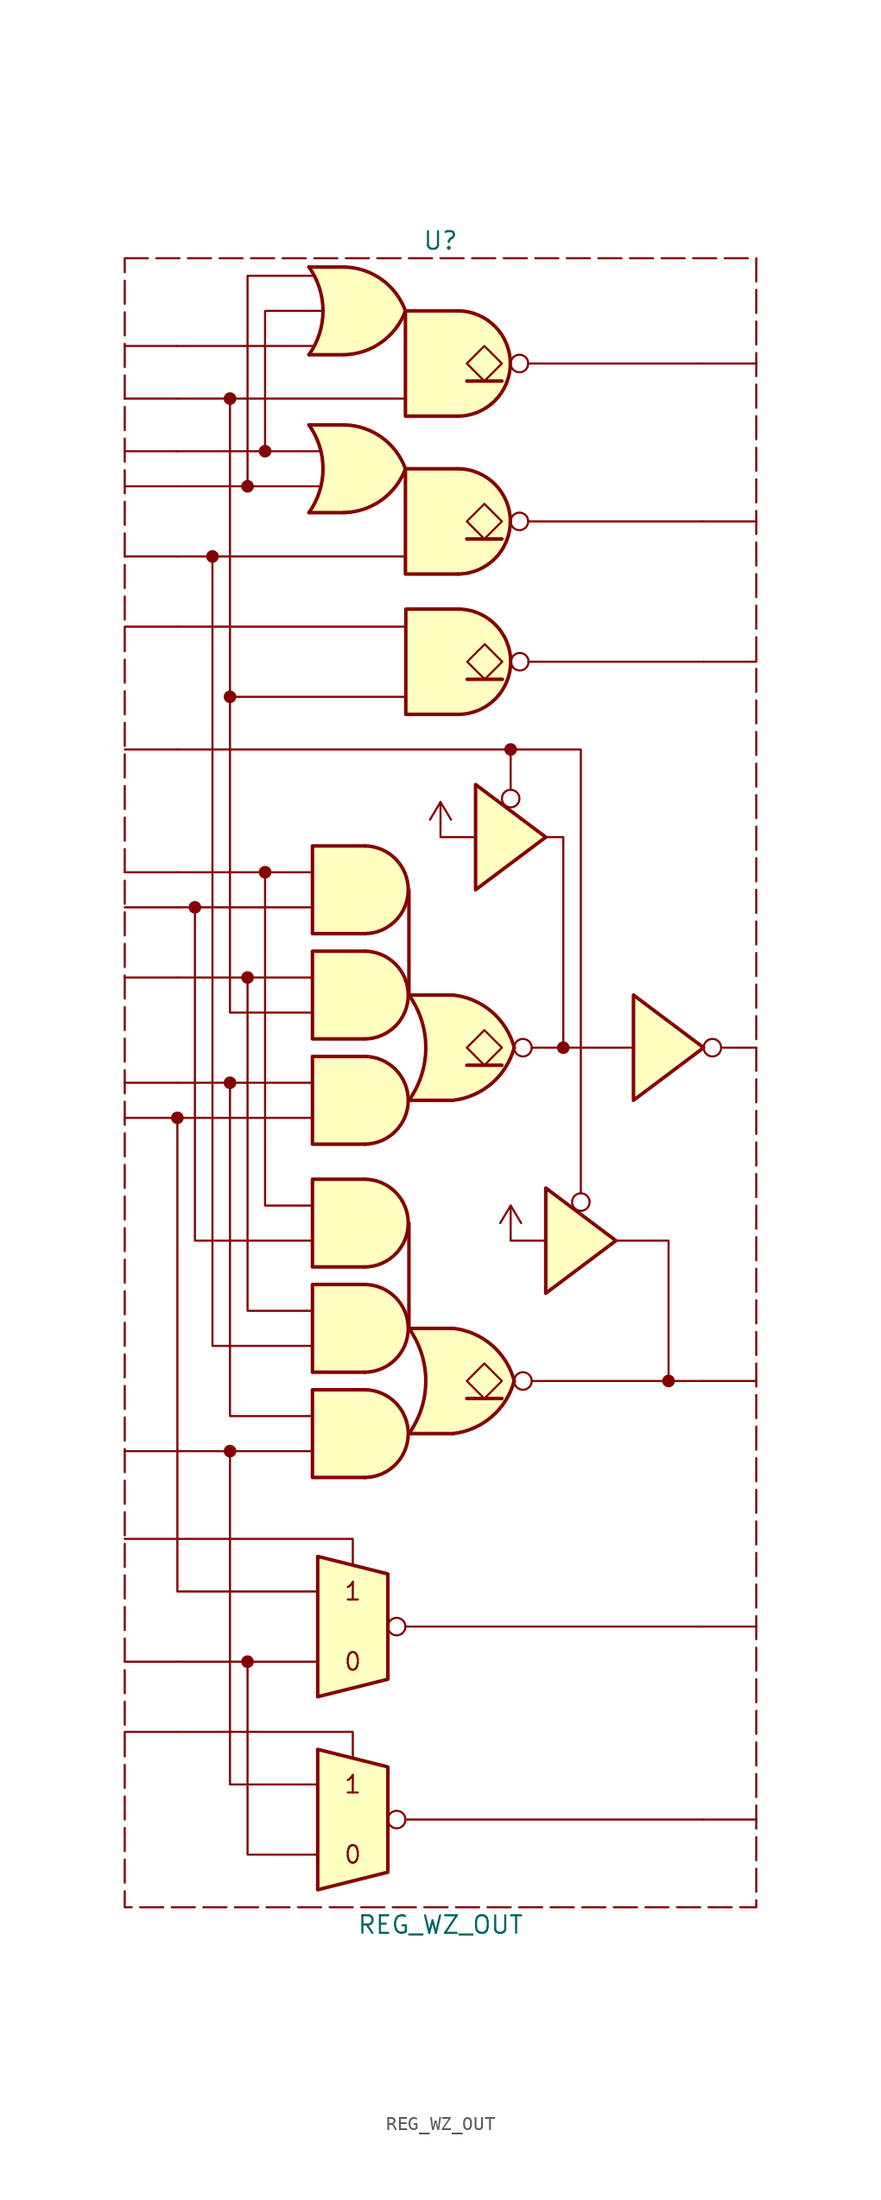
<source format=kicad_sym>
(kicad_symbol_lib
  (version 20231120)
  (generator "kicad_symbol_editor")
  (generator_version "8.0")
  (symbol "REG_WZ_OUT"
    (pin_numbers hide)
    (pin_names hide)
    (property "Reference" "U"
      (at 0 60.96 0)
      (effects (font (size 1.27 1.27))))
    (property "Value" "REG_WZ_OUT"
      (at 0 -60.96 0)
      (effects (font (size 1.27 1.27))))
    (symbol "REG_WZ_OUT_0_0"
      (text "0" (at -6.35 -55.88 0) (effects (font (size 1.27 1.27))))
      (text "0" (at -6.35 -41.91 0) (effects (font (size 1.27 1.27))))
      (text "1" (at -6.35 -50.8 0) (effects (font (size 1.27 1.27))))
      (text "1" (at -6.35 -36.83 0) (effects (font (size 1.27 1.27)))))
    (symbol "REG_WZ_OUT_0_1"
      (polyline (pts (xy -19.05 -41.91) (xy -13.97 -41.91)) (stroke (width 0) (type default)) (fill (type none)))
      (polyline (pts (xy -19.05 -26.67) (xy -15.24 -26.67)) (stroke (width 0) (type default)) (fill (type none)))
      (polyline (pts (xy -19.05 0) (xy -15.24 0)) (stroke (width 0) (type default)) (fill (type none)))
      (polyline (pts (xy -19.05 7.62) (xy -13.97 7.62)) (stroke (width 0) (type default)) (fill (type none)))
      (polyline (pts (xy -19.05 12.7) (xy -17.78 12.7)) (stroke (width 0) (type default)) (fill (type none)))
      (polyline (pts (xy -19.05 15.24) (xy -12.7 15.24)) (stroke (width 0) (type default)) (fill (type none)))
      (polyline (pts (xy -19.05 24.13) (xy 5.08 24.13)) (stroke (width 0) (type default)) (fill (type none)))
      (polyline (pts (xy -19.05 33.02) (xy -2.54 33.02)) (stroke (width 0) (type default)) (fill (type none)))
      (polyline (pts (xy -19.05 38.1) (xy -16.51 38.1)) (stroke (width 0) (type default)) (fill (type none)))
      (polyline (pts (xy -19.05 43.18) (xy -13.97 43.18)) (stroke (width 0) (type default)) (fill (type none)))
      (polyline (pts (xy -19.05 45.72) (xy -12.7 45.72)) (stroke (width 0) (type default)) (fill (type none)))
      (polyline (pts (xy -19.05 49.53) (xy -15.24 49.53)) (stroke (width 0) (type default)) (fill (type none)))
      (polyline (pts (xy -19.05 53.34) (xy -9.144 53.34)) (stroke (width 0) (type default)) (fill (type none)))
      (polyline (pts (xy 6.604 2.54) (xy 13.97 2.54)) (stroke (width 0) (type default)) (fill (type none)))
      (polyline (pts (xy 16.51 -21.59) (xy 19.05 -21.59)) (stroke (width 0) (type default)) (fill (type none)))
      (polyline (pts (xy 19.05 -53.34) (xy -2.54 -53.34)) (stroke (width 0) (type default)) (fill (type none)))
      (polyline (pts (xy 19.05 -39.37) (xy -2.54 -39.37)) (stroke (width 0) (type default)) (fill (type none)))
      (polyline (pts (xy 19.05 30.48) (xy 6.35 30.48)) (stroke (width 0) (type default)) (fill (type none)))
      (polyline (pts (xy 19.05 40.64) (xy 6.35 40.64)) (stroke (width 0) (type default)) (fill (type none)))
      (polyline (pts (xy 19.05 52.07) (xy 6.35 52.07)) (stroke (width 0) (type default)) (fill (type none)))
      (polyline (pts (xy -19.05 -46.99) (xy -6.35 -46.99) (xy -6.35 -48.895)) (stroke (width 0) (type default)) (fill (type none)))
      (polyline (pts (xy -19.05 -33.02) (xy -6.35 -33.02) (xy -6.35 -34.925)) (stroke (width 0) (type default)) (fill (type none)))
      (polyline (pts (xy -15.24 27.94) (xy -15.24 5.08) (xy -9.271 5.08)) (stroke (width 0) (type default)) (fill (type none)))
      (polyline (pts (xy -0.762 19.05) (xy 0 20.32) (xy 0.762 19.05)) (stroke (width 0) (type default)) (fill (type none)))
      (polyline (pts (xy 2.54 17.78) (xy 0 17.78) (xy 0 20.32)) (stroke (width 0) (type default)) (fill (type none)))
      (polyline (pts (xy 4.318 -10.16) (xy 5.08 -8.89) (xy 5.842 -10.16)) (stroke (width 0) (type default)) (fill (type none)))
      (polyline (pts (xy 7.62 -11.43) (xy 5.08 -11.43) (xy 5.08 -8.89)) (stroke (width 0) (type default)) (fill (type none)))
      (polyline (pts (xy 7.62 17.78) (xy 8.89 17.78) (xy 8.89 2.54)) (stroke (width 0) (type default)) (fill (type none)))
      (polyline (pts (xy -9.271 -26.67) (xy -15.24 -26.67) (xy -15.24 -50.8) (xy -8.89 -50.8)) (stroke (width 0) (type default)) (fill (type none)))
      (polyline (pts (xy -9.271 -2.54) (xy -19.05 -2.54) (xy -19.05 -36.83) (xy -8.89 -36.83)) (stroke (width 0) (type default)) (fill (type none)))
      (polyline (pts (xy -9.271 0) (xy -15.24 0) (xy -15.24 -24.13) (xy -9.271 -24.13)) (stroke (width 0) (type default)) (fill (type none)))
      (polyline (pts (xy -9.271 7.62) (xy -13.97 7.62) (xy -13.97 -16.51) (xy -9.271 -16.51)) (stroke (width 0) (type default)) (fill (type none)))
      (polyline (pts (xy -9.271 12.7) (xy -17.78 12.7) (xy -17.78 -11.43) (xy -9.271 -11.43)) (stroke (width 0) (type default)) (fill (type none)))
      (polyline (pts (xy -9.271 15.24) (xy -12.7 15.24) (xy -12.7 -8.89) (xy -9.271 -8.89)) (stroke (width 0) (type default)) (fill (type none)))
      (polyline (pts (xy -9.144 58.42) (xy -13.97 58.42) (xy -13.97 43.18) (xy -8.636 43.18)) (stroke (width 0) (type default)) (fill (type none)))
      (polyline (pts (xy -8.89 -41.91) (xy -13.97 -41.91) (xy -13.97 -55.88) (xy -8.89 -55.88)) (stroke (width 0) (type default)) (fill (type none)))
      (polyline (pts (xy -8.509 55.88) (xy -12.7 55.88) (xy -12.7 45.72) (xy -8.636 45.72)) (stroke (width 0) (type default)) (fill (type none)))
      (polyline (pts (xy -2.54 27.94) (xy -15.24 27.94) (xy -15.24 49.53) (xy -2.54 49.53)) (stroke (width 0) (type default)) (fill (type none)))
      (polyline (pts (xy -2.54 38.1) (xy -16.51 38.1) (xy -16.51 -19.05) (xy -9.271 -19.05)) (stroke (width 0) (type default)) (fill (type none)))
      (polyline (pts (xy 10.16 -8.001) (xy 10.16 24.13) (xy 5.08 24.13) (xy 5.08 21.209)) (stroke (width 0) (type default)) (fill (type none)))
      (polyline (pts (xy 12.7 -11.43) (xy 16.51 -11.43) (xy 16.51 -21.59) (xy 6.604 -21.59)) (stroke (width 0) (type default)) (fill (type none)))
      (polyline (pts (xy -8.89 -58.42) (xy -8.89 -48.26) (xy -3.81 -49.53) (xy -3.81 -57.15) (xy -8.89 -58.42)) (stroke (width 0.254) (type default)) (fill (type background)))
      (polyline (pts (xy -8.89 -44.45) (xy -8.89 -34.29) (xy -3.81 -35.56) (xy -3.81 -43.18) (xy -8.89 -44.45)) (stroke (width 0.254) (type default)) (fill (type background)))
      (circle (center 5.08 20.574) (radius 0.635) (stroke (width 0) (type default)) (fill (type none)))
      (circle (center 10.16 -8.636) (radius 0.635) (stroke (width 0) (type default)) (fill (type none))))
    (symbol "REG_WZ_OUT_1_0"
      (polyline (pts (xy 2.54 21.59) (xy 2.54 13.97) (xy 7.62 17.78) (xy 2.54 21.59)) (stroke (width 0.254) (type default)) (fill (type background)))
      (polyline (pts (xy 7.62 -7.62) (xy 7.62 -15.24) (xy 12.7 -11.43) (xy 7.62 -7.62)) (stroke (width 0.254) (type default)) (fill (type background)))
      (polyline (pts (xy 13.97 6.35) (xy 13.97 -1.27) (xy 19.05 2.54) (xy 13.97 6.35)) (stroke (width 0.254) (type default)) (fill (type background))))
    (symbol "REG_WZ_OUT_1_1"
      (rectangle (start -22.86 59.69) (end 22.86 -59.69) (stroke (width 0) (type dash)) (fill (type none)))
      (circle (center -19.05 -2.54) (radius 0.381) (stroke (width 0) (type default)) (fill (type outline)))
      (circle (center -17.78 12.7) (radius 0.381) (stroke (width 0) (type default)) (fill (type outline)))
      (circle (center -16.51 38.1) (radius 0.381) (stroke (width 0) (type default)) (fill (type outline)))
      (circle (center -15.24 -26.67) (radius 0.381) (stroke (width 0) (type default)) (fill (type outline)))
      (circle (center -15.24 0) (radius 0.381) (stroke (width 0) (type default)) (fill (type outline)))
      (circle (center -15.24 27.94) (radius 0.381) (stroke (width 0) (type default)) (fill (type outline)))
      (circle (center -15.24 49.53) (radius 0.381) (stroke (width 0) (type default)) (fill (type outline)))
      (circle (center -13.97 -41.91) (radius 0.381) (stroke (width 0) (type default)) (fill (type outline)))
      (circle (center -13.97 7.62) (radius 0.381) (stroke (width 0) (type default)) (fill (type outline)))
      (circle (center -13.97 43.18) (radius 0.381) (stroke (width 0) (type default)) (fill (type outline)))
      (circle (center -12.7 15.24) (radius 0.381) (stroke (width 0) (type default)) (fill (type outline)))
      (circle (center -12.7 45.72) (radius 0.381) (stroke (width 0) (type default)) (fill (type outline)))
      (arc (start -9.5241 41.275) (mid -8.5068 44.45) (end -9.5241 47.625) (stroke (width 0.254) (type default)) (fill (type none)))
      (arc (start -9.5241 52.705) (mid -8.5068 55.88) (end -9.5241 59.055) (stroke (width 0.254) (type default)) (fill (type none)))
      (arc (start -6.9841 41.275) (mid -4.274 42.1798) (end -2.5393 44.45) (stroke (width 0.254) (type default)) (fill (type background)))
      (arc (start -6.9841 52.705) (mid -4.274 53.6098) (end -2.5393 55.88) (stroke (width 0.254) (type default)) (fill (type background)))
      (arc (start -5.461 -28.575) (mid -2.336 -25.4) (end -5.461 -22.225) (stroke (width 0.254) (type default)) (fill (type background)))
      (arc (start -5.461 -20.955) (mid -2.336 -17.78) (end -5.461 -14.605) (stroke (width 0.254) (type default)) (fill (type background)))
      (arc (start -5.461 -13.335) (mid -2.336 -10.16) (end -5.461 -6.985) (stroke (width 0.254) (type default)) (fill (type background)))
      (arc (start -5.461 -4.445) (mid -2.336 -1.27) (end -5.461 1.905) (stroke (width 0.254) (type default)) (fill (type background)))
      (arc (start -5.461 3.175) (mid -2.336 6.35) (end -5.461 9.525) (stroke (width 0.254) (type default)) (fill (type background)))
      (arc (start -5.461 10.795) (mid -2.336 13.97) (end -5.461 17.145) (stroke (width 0.254) (type default)) (fill (type background)))
      (circle (center -3.175 -53.34) (radius 0.635) (stroke (width 0) (type default)) (fill (type none)))
      (circle (center -3.175 -39.37) (radius 0.635) (stroke (width 0) (type default)) (fill (type none)))
      (arc (start -2.5393 44.45) (mid -4.2679 46.7288) (end -6.9841 47.625) (stroke (width 0.254) (type default)) (fill (type background)))
      (arc (start -2.5393 55.88) (mid -4.2679 58.1588) (end -6.9841 59.055) (stroke (width 0.254) (type default)) (fill (type background)))
      (arc (start -2.2862 -25.4) (mid -1.0652 -21.59) (end -2.2862 -17.78) (stroke (width 0.254) (type default)) (fill (type none)))
      (arc (start -2.2862 -1.27) (mid -1.0652 2.54) (end -2.2862 6.35) (stroke (width 0.254) (type default)) (fill (type none)))
      (polyline (pts (xy -9.524 41.275) (xy -6.984 41.275)) (stroke (width 0.254) (type default)) (fill (type background)))
      (polyline (pts (xy -9.524 47.625) (xy -6.984 47.625)) (stroke (width 0.254) (type default)) (fill (type background)))
      (polyline (pts (xy -9.524 52.705) (xy -6.984 52.705)) (stroke (width 0.254) (type default)) (fill (type background)))
      (polyline (pts (xy -9.524 59.055) (xy -6.984 59.055)) (stroke (width 0.254) (type default)) (fill (type background)))
      (polyline (pts (xy -2.286 -25.4) (xy 0.889 -25.4)) (stroke (width 0.254) (type default)) (fill (type background)))
      (polyline (pts (xy -2.286 -17.78) (xy 0.889 -17.78)) (stroke (width 0.254) (type default)) (fill (type background)))
      (polyline (pts (xy -2.286 -10.16) (xy -2.286 -17.78)) (stroke (width 0.254) (type default)) (fill (type background)))
      (polyline (pts (xy -2.286 -1.27) (xy 0.889 -1.27)) (stroke (width 0.254) (type default)) (fill (type background)))
      (polyline (pts (xy -2.286 6.35) (xy 0.889 6.35)) (stroke (width 0.254) (type default)) (fill (type background)))
      (polyline (pts (xy -2.286 13.97) (xy -2.286 6.35)) (stroke (width 0.254) (type default)) (fill (type background)))
      (polyline (pts (xy 1.905 -22.86) (xy 4.445 -22.86)) (stroke (width 0.254) (type default)) (fill (type none)))
      (polyline (pts (xy 1.905 1.27) (xy 4.445 1.27)) (stroke (width 0.254) (type default)) (fill (type none)))
      (polyline (pts (xy 1.905 39.37) (xy 4.445 39.37)) (stroke (width 0.254) (type default)) (fill (type none)))
      (polyline (pts (xy 1.905 50.8) (xy 4.445 50.8)) (stroke (width 0.254) (type default)) (fill (type none)))
      (polyline (pts (xy 1.932 29.21) (xy 4.472 29.21)) (stroke (width 0.254) (type default)) (fill (type none)))
      (polyline (pts (xy -5.461 -22.225) (xy -9.271 -22.225) (xy -9.271 -28.575) (xy -5.461 -28.575)) (stroke (width 0.254) (type default)) (fill (type background)))
      (polyline (pts (xy -5.461 -14.605) (xy -9.271 -14.605) (xy -9.271 -20.955) (xy -5.461 -20.955)) (stroke (width 0.254) (type default)) (fill (type background)))
      (polyline (pts (xy -5.461 -6.985) (xy -9.271 -6.985) (xy -9.271 -13.335) (xy -5.461 -13.335)) (stroke (width 0.254) (type default)) (fill (type background)))
      (polyline (pts (xy -5.461 1.905) (xy -9.271 1.905) (xy -9.271 -4.445) (xy -5.461 -4.445)) (stroke (width 0.254) (type default)) (fill (type background)))
      (polyline (pts (xy -5.461 9.525) (xy -9.271 9.525) (xy -9.271 3.175) (xy -5.461 3.175)) (stroke (width 0.254) (type default)) (fill (type background)))
      (polyline (pts (xy -5.461 17.145) (xy -9.271 17.145) (xy -9.271 10.795) (xy -5.461 10.795)) (stroke (width 0.254) (type default)) (fill (type background)))
      (polyline (pts (xy 1.271 44.45) (xy -2.539 44.45) (xy -2.539 36.83) (xy 1.271 36.83)) (stroke (width 0.254) (type default)) (fill (type background)))
      (polyline (pts (xy 1.271 55.88) (xy -2.539 55.88) (xy -2.539 48.26) (xy 1.271 48.26)) (stroke (width 0.254) (type default)) (fill (type background)))
      (polyline (pts (xy 1.298 34.29) (xy -2.512 34.29) (xy -2.512 26.67) (xy 1.298 26.67)) (stroke (width 0.254) (type default)) (fill (type background)))
      (polyline (pts (xy 4.445 -21.59) (xy 3.175 -20.32) (xy 1.905 -21.59) (xy 3.175 -22.86) (xy 4.445 -21.59)) (stroke (width 0) (type default)) (fill (type none)))
      (polyline (pts (xy 4.445 2.54) (xy 3.175 3.81) (xy 1.905 2.54) (xy 3.175 1.27) (xy 4.445 2.54)) (stroke (width 0) (type default)) (fill (type none)))
      (polyline (pts (xy 4.445 40.64) (xy 3.175 41.91) (xy 1.905 40.64) (xy 3.175 39.37) (xy 4.445 40.64)) (stroke (width 0) (type default)) (fill (type none)))
      (polyline (pts (xy 4.445 52.07) (xy 3.175 53.34) (xy 1.905 52.07) (xy 3.175 50.8) (xy 4.445 52.07)) (stroke (width 0) (type default)) (fill (type none)))
      (polyline (pts (xy 4.472 30.48) (xy 3.202 31.75) (xy 1.932 30.48) (xy 3.202 29.21) (xy 4.472 30.48)) (stroke (width 0) (type default)) (fill (type none)))
      (polyline (pts (xy -6.984 47.625) (xy -9.499 47.6) (xy -9.092 46.939) (xy -8.787 46.228) (xy -8.635 45.568) (xy -8.483 44.856) (xy -8.483 44.044) (xy -8.584 43.332) (xy -8.889 42.469) (xy -9.143 41.91) (xy -9.448 41.3) (xy -6.984 41.275)) (stroke (width -25.4) (type default)) (fill (type background)))
      (polyline (pts (xy -6.984 59.055) (xy -9.499 59.03) (xy -9.092 58.369) (xy -8.787 57.658) (xy -8.635 56.998) (xy -8.483 56.286) (xy -8.483 55.474) (xy -8.584 54.762) (xy -8.889 53.899) (xy -9.143 53.34) (xy -9.448 52.73) (xy -6.984 52.705)) (stroke (width -25.4) (type default)) (fill (type background)))
      (polyline (pts (xy 0.889 -17.78) (xy -2.286 -17.78) (xy -2.286 -17.78) (xy -2.032 -18.186) (xy -1.499 -19.329) (xy -1.168 -20.549) (xy -1.092 -21.844) (xy -1.245 -23.089) (xy -1.651 -24.308) (xy -2.286 -25.4) (xy -2.286 -25.4) (xy 0.889 -25.4)) (stroke (width -25.4) (type default)) (fill (type background)))
      (polyline (pts (xy 0.889 6.35) (xy -2.286 6.35) (xy -2.286 6.35) (xy -2.032 5.944) (xy -1.499 4.801) (xy -1.168 3.581) (xy -1.092 2.286) (xy -1.245 1.041) (xy -1.651 -0.178) (xy -2.286 -1.27) (xy -2.286 -1.27) (xy 0.889 -1.27)) (stroke (width -25.4) (type default)) (fill (type background)))
      (arc (start 0.9142 -25.4) (mid 3.7093 -24.174) (end 5.3338 -21.59) (stroke (width 0.254) (type default)) (fill (type background)))
      (arc (start 0.9142 -1.27) (mid 3.7093 -0.044) (end 5.3338 2.54) (stroke (width 0.254) (type default)) (fill (type background)))
      (arc (start 1.2709 36.83) (mid 5.0534 40.64) (end 1.2709 44.45) (stroke (width 0.254) (type default)) (fill (type background)))
      (arc (start 1.2709 48.26) (mid 5.0534 52.07) (end 1.2709 55.88) (stroke (width 0.254) (type default)) (fill (type background)))
      (arc (start 1.2976 26.67) (mid 5.0801 30.48) (end 1.2976 34.29) (stroke (width 0.254) (type default)) (fill (type background)))
      (circle (center 5.08 24.13) (radius 0.381) (stroke (width 0) (type default)) (fill (type outline)))
      (arc (start 5.3338 -21.59) (mid 3.7166 -18.9975) (end 0.9142 -17.78) (stroke (width 0.254) (type default)) (fill (type background)))
      (arc (start 5.3338 2.54) (mid 3.7166 5.1325) (end 0.9142 6.35) (stroke (width 0.254) (type default)) (fill (type background)))
      (circle (center 5.715 40.64) (radius 0.635) (stroke (width 0) (type default)) (fill (type none)))
      (circle (center 5.715 52.07) (radius 0.635) (stroke (width 0) (type default)) (fill (type none)))
      (circle (center 5.742 30.48) (radius 0.635) (stroke (width 0) (type default)) (fill (type none)))
      (circle (center 5.969 -21.59) (radius 0.635) (stroke (width 0) (type default)) (fill (type none)))
      (circle (center 5.969 2.54) (radius 0.635) (stroke (width 0) (type default)) (fill (type none)))
      (circle (center 8.89 2.54) (radius 0.381) (stroke (width 0) (type default)) (fill (type outline)))
      (circle (center 16.51 -21.59) (radius 0.381) (stroke (width 0) (type default)) (fill (type outline)))
      (pin input line (at -22.86 -2.54 0) (length 3.81) (name "AOI_A_IN3_MUXI_A_D1" (effects (font (size 1.27 1.27)))) (number "" (effects (font (size 0 0)))))
      (pin output inverted (at 22.86 2.54 180) (length 3.81) (name "AOI_A_~{Y}" (effects (font (size 1.27 1.27)))) (number "" (effects (font (size 0 0)))))
      (pin input line (at -22.86 -26.67 0) (length 3.81) (name "AOI_B_IN3_MUXI_B_D1" (effects (font (size 1.27 1.27)))) (number "" (effects (font (size 0 0)))))
      (pin tri_state line (at 22.86 -21.59 180) (length 3.81) (name "AOI_B_Y" (effects (font (size 1.27 1.27)))) (number "" (effects (font (size 0 0)))))
      (pin input line (at -22.86 15.24 0) (length 3.81) (name "AOI_ENA1" (effects (font (size 1.27 1.27)))) (number "" (effects (font (size 0 0)))))
      (pin input line (at -22.86 7.62 0) (length 3.81) (name "AOI_ENA2" (effects (font (size 1.27 1.27)))) (number "" (effects (font (size 0 0)))))
      (pin input line (at -22.86 0 0) (length 3.81) (name "AOI_ENA3" (effects (font (size 1.27 1.27)))) (number "" (effects (font (size 0 0)))))
      (pin input line (at -22.86 12.7 0) (length 3.81) (name "AOI_IN1" (effects (font (size 1.27 1.27)))) (number "" (effects (font (size 0 0)))))
      (pin input line (at -22.86 -33.02 0) (length 3.81) (name "MUXI_A_SEL" (effects (font (size 1.27 1.27)))) (number "" (effects (font (size 0 0)))))
      (pin output line (at 22.86 -39.37 180) (length 3.81) (name "MUXI_A_Y" (effects (font (size 1.27 1.27)))) (number "" (effects (font (size 0 0)))))
      (pin input line (at -22.86 -46.99 0) (length 3.81) (name "MUXI_B_SEL" (effects (font (size 1.27 1.27)))) (number "" (effects (font (size 0 0)))))
      (pin output line (at 22.86 -53.34 180) (length 3.81) (name "MUXI_B_Y" (effects (font (size 1.27 1.27)))) (number "" (effects (font (size 0 0)))))
      (pin input line (at -22.86 -41.91 0) (length 3.81) (name "MUXI_D0" (effects (font (size 1.27 1.27)))) (number "" (effects (font (size 0 0)))))
      (pin input line (at -22.86 33.02 0) (length 3.81) (name "NAND_ENA" (effects (font (size 1.27 1.27)))) (number "" (effects (font (size 0 0)))))
      (pin tri_state line (at 22.86 30.48 180) (length 3.81) (name "NAND_Y" (effects (font (size 1.27 1.27)))) (number "" (effects (font (size 0 0)))))
      (pin input line (at -22.86 38.1 0) (length 3.81) (name "OAI21_IN_AOI_B_IN2" (effects (font (size 1.27 1.27)))) (number "" (effects (font (size 0 0)))))
      (pin tri_state line (at 22.86 40.64 180) (length 3.81) (name "OAI21_Y" (effects (font (size 1.27 1.27)))) (number "" (effects (font (size 0 0)))))
      (pin input line (at -22.86 49.53 0) (length 3.81) (name "OAI31_IN_NAND_IN_AOI_A_IN2" (effects (font (size 1.27 1.27)))) (number "" (effects (font (size 0 0)))))
      (pin tri_state line (at 22.86 52.07 180) (length 3.81) (name "OAI31_Y" (effects (font (size 1.27 1.27)))) (number "" (effects (font (size 0 0)))))
      (pin input line (at -22.86 43.18 0) (length 3.81) (name "OAI_ENA1" (effects (font (size 1.27 1.27)))) (number "" (effects (font (size 0 0)))))
      (pin input line (at -22.86 45.72 0) (length 3.81) (name "OAI_ENA2" (effects (font (size 1.27 1.27)))) (number "" (effects (font (size 0 0)))))
      (pin input line (at -22.86 53.34 0) (length 3.81) (name "OAI_ENA3" (effects (font (size 1.27 1.27)))) (number "" (effects (font (size 0 0)))))
      (pin input line (at -22.86 24.13 0) (length 3.81) (name "~{PCH}" (effects (font (size 1.27 1.27)))) (number "" (effects (font (size 0 0))))))))
</source>
